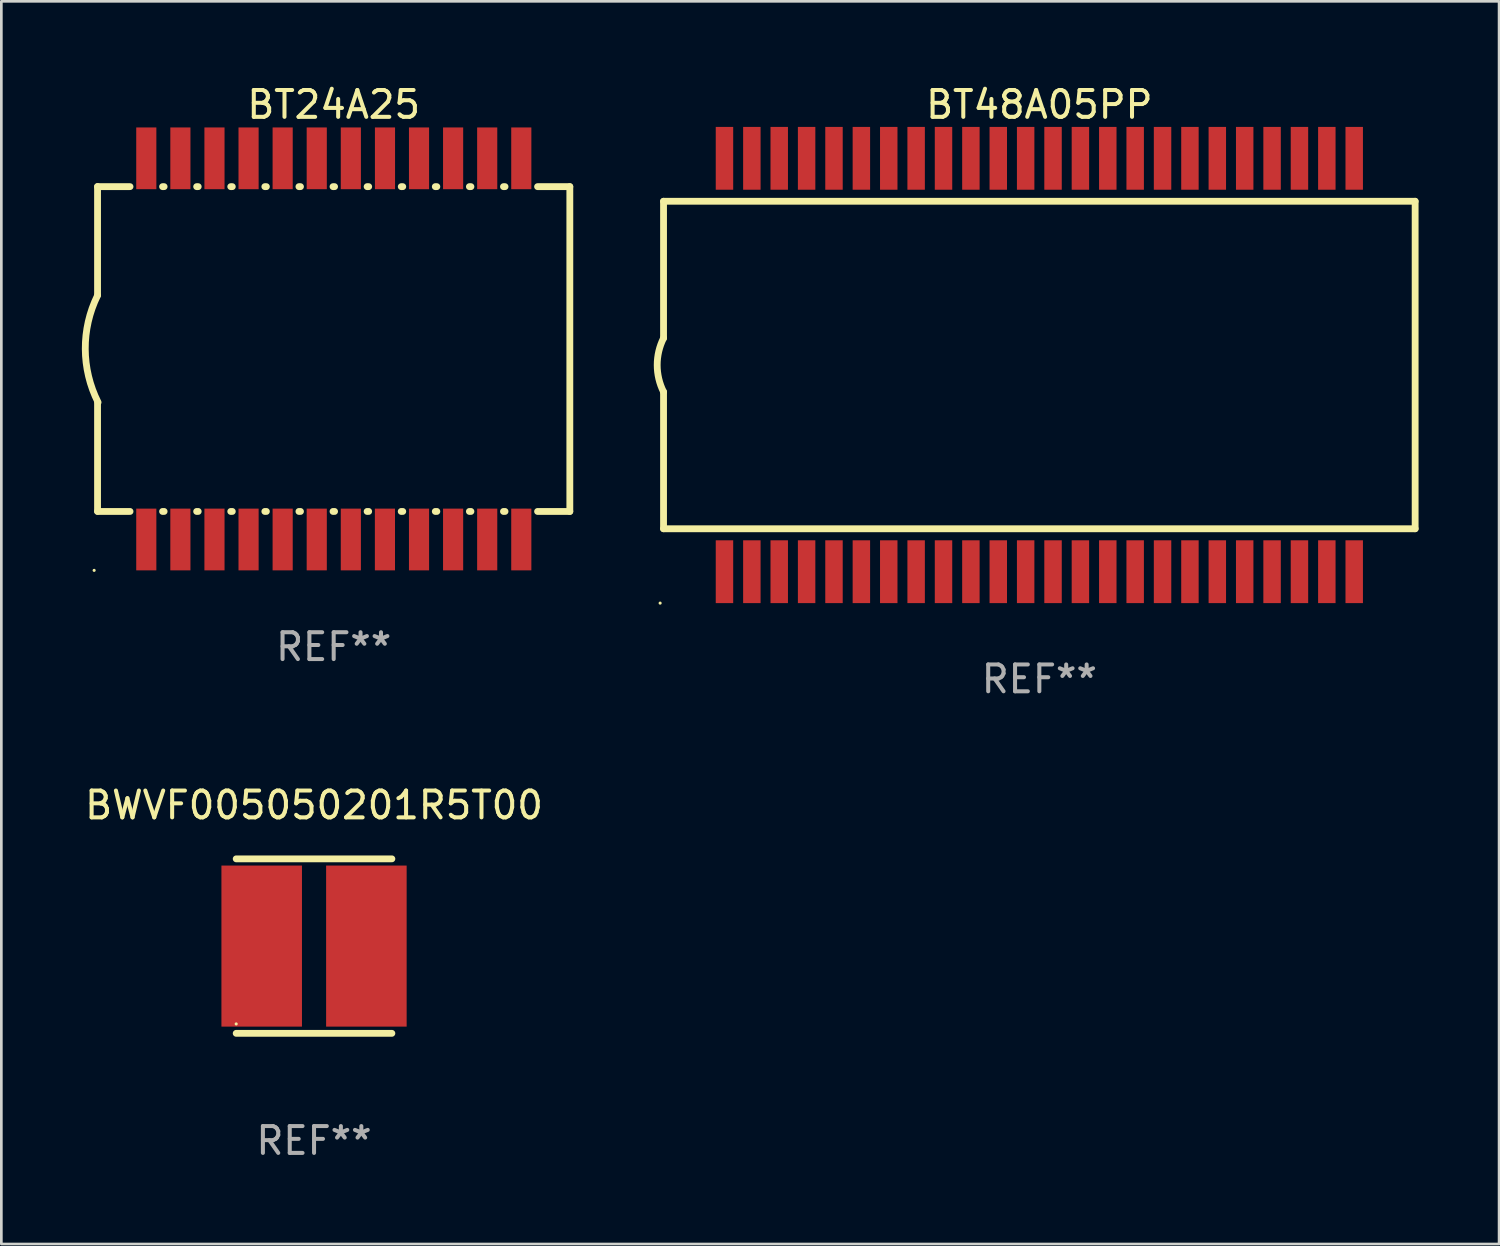
<source format=kicad_pcb>
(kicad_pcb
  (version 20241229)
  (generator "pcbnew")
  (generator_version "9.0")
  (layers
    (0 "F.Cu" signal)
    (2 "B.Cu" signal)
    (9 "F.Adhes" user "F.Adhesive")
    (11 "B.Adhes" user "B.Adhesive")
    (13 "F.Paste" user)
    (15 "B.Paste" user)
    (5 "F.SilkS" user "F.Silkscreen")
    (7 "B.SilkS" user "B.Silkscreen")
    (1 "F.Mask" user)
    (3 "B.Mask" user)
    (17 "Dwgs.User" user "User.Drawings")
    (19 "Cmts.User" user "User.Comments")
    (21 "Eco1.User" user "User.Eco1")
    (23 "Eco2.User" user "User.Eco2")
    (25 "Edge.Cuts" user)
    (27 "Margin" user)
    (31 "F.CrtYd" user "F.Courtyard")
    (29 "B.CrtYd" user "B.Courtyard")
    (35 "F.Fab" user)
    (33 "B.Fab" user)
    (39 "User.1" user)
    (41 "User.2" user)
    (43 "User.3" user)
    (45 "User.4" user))
  (footprint "BT24A25"
    (layer "F.Cu")
    (at 9.381 9.948)
    (property "Reference" "BT24A25" (at 0 -9.1 0) (layer "F.SilkS") (effects (font (size 1 1) (thickness 0.15))))
    (attr through_hole)
    (fp_line (start -8.797 -6.05) (end -8.797 -2) (stroke (width 0.254) (type solid)) (layer "F.SilkS"))
    (fp_line (start -8.797 6.05) (end -8.797 2) (stroke (width 0.254) (type solid)) (layer "F.SilkS"))
    (fp_line (start -7.587 -6.045) (end -8.797 -6.045) (stroke (width 0.254) (type solid)) (layer "F.SilkS"))
    (fp_line (start -7.587 6.055) (end -8.797 6.055) (stroke (width 0.254) (type solid)) (layer "F.SilkS"))
    (fp_line (start -6.317 -6.045) (end -6.375 -6.045) (stroke (width 0.254) (type solid)) (layer "F.SilkS"))
    (fp_line (start -6.317 6.055) (end -6.375 6.055) (stroke (width 0.254) (type solid)) (layer "F.SilkS"))
    (fp_line (start -5.047 -6.045) (end -5.105 -6.045) (stroke (width 0.254) (type solid)) (layer "F.SilkS"))
    (fp_line (start -5.047 6.055) (end -5.105 6.055) (stroke (width 0.254) (type solid)) (layer "F.SilkS"))
    (fp_line (start -3.777 -6.045) (end -3.835 -6.045) (stroke (width 0.254) (type solid)) (layer "F.SilkS"))
    (fp_line (start -3.777 6.055) (end -3.835 6.055) (stroke (width 0.254) (type solid)) (layer "F.SilkS"))
    (fp_line (start -2.507 -6.045) (end -2.565 -6.045) (stroke (width 0.254) (type solid)) (layer "F.SilkS"))
    (fp_line (start -2.507 6.055) (end -2.565 6.055) (stroke (width 0.254) (type solid)) (layer "F.SilkS"))
    (fp_line (start -1.237 -6.045) (end -1.295 -6.045) (stroke (width 0.254) (type solid)) (layer "F.SilkS"))
    (fp_line (start -1.237 6.055) (end -1.295 6.055) (stroke (width 0.254) (type solid)) (layer "F.SilkS"))
    (fp_line (start 0.033 -6.045) (end -0.025 -6.045) (stroke (width 0.254) (type solid)) (layer "F.SilkS"))
    (fp_line (start 0.033 6.055) (end -0.025 6.055) (stroke (width 0.254) (type solid)) (layer "F.SilkS"))
    (fp_line (start 1.303 6.055) (end 1.245 6.055) (stroke (width 0.254) (type solid)) (layer "F.SilkS"))
    (fp_line (start 1.304 -6.045) (end 1.245 -6.045) (stroke (width 0.254) (type solid)) (layer "F.SilkS"))
    (fp_line (start 2.573 -6.045) (end 2.517 -6.045) (stroke (width 0.254) (type solid)) (layer "F.SilkS"))
    (fp_line (start 2.573 6.055) (end 2.515 6.055) (stroke (width 0.254) (type solid)) (layer "F.SilkS"))
    (fp_line (start 3.843 -6.045) (end 3.785 -6.045) (stroke (width 0.254) (type solid)) (layer "F.SilkS"))
    (fp_line (start 3.843 6.055) (end 3.785 6.055) (stroke (width 0.254) (type solid)) (layer "F.SilkS"))
    (fp_line (start 5.113 -6.045) (end 5.055 -6.045) (stroke (width 0.254) (type solid)) (layer "F.SilkS"))
    (fp_line (start 5.113 6.055) (end 5.055 6.055) (stroke (width 0.254) (type solid)) (layer "F.SilkS"))
    (fp_line (start 6.383 -6.045) (end 6.325 -6.045) (stroke (width 0.254) (type solid)) (layer "F.SilkS"))
    (fp_line (start 6.383 6.055) (end 6.325 6.055) (stroke (width 0.254) (type solid)) (layer "F.SilkS"))
    (fp_line (start 8.797 -6.045) (end 7.595 -6.045) (stroke (width 0.254) (type solid)) (layer "F.SilkS"))
    (fp_line (start 8.797 -6.045) (end 8.797 6.055) (stroke (width 0.254) (type solid)) (layer "F.SilkS"))
    (fp_line (start 8.797 6.055) (end 7.595 6.055) (stroke (width 0.254) (type solid)) (layer "F.SilkS"))
    (fp_arc (start -8.77747 1.989992) (mid -9.254074 0.002344) (end -8.79746 -1.989992) (stroke (width 0.254001) (type solid)) (layer "F.SilkS"))
    (fp_circle (center -8.924 8.25) (end -8.894 8.25) (stroke (width 0.06) (type solid)) (fill no) (layer "F.SilkS"))
    (fp_text user "REF**" (at 0 11.1 0) (layer "F.Fab") (effects (font (size 1 1) (thickness 0.15))))
    (pad "1" smd rect (at -6.981 7.1 90) (size 2.3 0.75) (layers "F.Cu" "F.Mask" "F.Paste"))
    (pad "2" smd rect (at -5.711 7.1 270) (size 2.3 0.75) (layers "F.Cu" "F.Mask" "F.Paste"))
    (pad "3" smd rect (at -4.441 7.1 270) (size 2.3 0.75) (layers "F.Cu" "F.Mask" "F.Paste"))
    (pad "4" smd rect (at -3.171 7.1 270) (size 2.3 0.75) (layers "F.Cu" "F.Mask" "F.Paste"))
    (pad "5" smd rect (at -1.901 7.1 270) (size 2.3 0.75) (layers "F.Cu" "F.Mask" "F.Paste"))
    (pad "6" smd rect (at -0.631 7.1 270) (size 2.3 0.75) (layers "F.Cu" "F.Mask" "F.Paste"))
    (pad "7" smd rect (at 0.639 7.1 270) (size 2.3 0.75) (layers "F.Cu" "F.Mask" "F.Paste"))
    (pad "8" smd rect (at 1.909 7.1 270) (size 2.3 0.75) (layers "F.Cu" "F.Mask" "F.Paste"))
    (pad "9" smd rect (at 3.179 7.1 270) (size 2.3 0.75) (layers "F.Cu" "F.Mask" "F.Paste"))
    (pad "10" smd rect (at 4.449 7.1 270) (size 2.3 0.75) (layers "F.Cu" "F.Mask" "F.Paste"))
    (pad "11" smd rect (at 5.719 7.1 270) (size 2.3 0.75) (layers "F.Cu" "F.Mask" "F.Paste"))
    (pad "12" smd rect (at 6.989 7.1 270) (size 2.3 0.75) (layers "F.Cu" "F.Mask" "F.Paste"))
    (pad "13" smd rect (at 6.989 -7.1 270) (size 2.3 0.75) (layers "F.Cu" "F.Mask" "F.Paste"))
    (pad "14" smd rect (at 5.719 -7.1 270) (size 2.3 0.75) (layers "F.Cu" "F.Mask" "F.Paste"))
    (pad "15" smd rect (at 4.449 -7.1 270) (size 2.3 0.75) (layers "F.Cu" "F.Mask" "F.Paste"))
    (pad "16" smd rect (at 3.179 -7.1 270) (size 2.3 0.75) (layers "F.Cu" "F.Mask" "F.Paste"))
    (pad "17" smd rect (at 1.911 -7.1 270) (size 2.3 0.75) (layers "F.Cu" "F.Mask" "F.Paste"))
    (pad "18" smd rect (at 0.639 -7.1 270) (size 2.3 0.75) (layers "F.Cu" "F.Mask" "F.Paste"))
    (pad "19" smd rect (at -0.631 -7.1 270) (size 2.3 0.75) (layers "F.Cu" "F.Mask" "F.Paste"))
    (pad "20" smd rect (at -1.901 -7.1 270) (size 2.3 0.75) (layers "F.Cu" "F.Mask" "F.Paste"))
    (pad "21" smd rect (at -3.171 -7.1 270) (size 2.3 0.75) (layers "F.Cu" "F.Mask" "F.Paste"))
    (pad "22" smd rect (at -4.441 -7.1 270) (size 2.3 0.75) (layers "F.Cu" "F.Mask" "F.Paste"))
    (pad "23" smd rect (at -5.711 -7.1 270) (size 2.3 0.75) (layers "F.Cu" "F.Mask" "F.Paste"))
    (pad "24" smd rect (at -6.981 -7.1 270) (size 2.3 0.75) (layers "F.Cu" "F.Mask" "F.Paste")))
  (footprint "BT48A05PP"
    (layer "F.Cu")
    (at 35.669 10.548)
    (property "Reference" "BT48A05PP" (at 0 -9.7 0) (layer "F.SilkS") (effects (font (size 1 1) (thickness 0.15))))
    (attr through_hole)
    (fp_line (start -14 -6.1) (end 14 -6.1) (stroke (width 0.254) (type solid)) (layer "F.SilkS"))
    (fp_line (start -14 -1) (end -14 -6.1) (stroke (width 0.254) (type solid)) (layer "F.SilkS"))
    (fp_line (start -14 6.1) (end -14 1) (stroke (width 0.254) (type solid)) (layer "F.SilkS"))
    (fp_line (start -14 6.1) (end 14 6.1) (stroke (width 0.254) (type solid)) (layer "F.SilkS"))
    (fp_line (start 14 6.1) (end 14 -6.1) (stroke (width 0.254) (type solid)) (layer "F.SilkS"))
    (fp_arc (start -13.999936 0.999949) (mid -14.236004 -0.000051) (end -13.999936 -1.000051) (stroke (width 0.254001) (type solid)) (layer "F.SilkS"))
    (fp_circle (center -14.127 8.87) (end -14.097 8.87) (stroke (width 0.06) (type solid)) (fill no) (layer "F.SilkS"))
    (fp_text user "REF**" (at 0 11.7 0) (layer "F.Fab") (effects (font (size 1 1) (thickness 0.15))))
    (pad "1" smd rect (at -11.73 7.7 90) (size 2.34 0.65) (layers "F.Cu" "F.Mask" "F.Paste"))
    (pad "2" smd rect (at -10.71 7.7 90) (size 2.34 0.65) (layers "F.Cu" "F.Mask" "F.Paste"))
    (pad "3" smd rect (at -9.69 7.7 90) (size 2.34 0.65) (layers "F.Cu" "F.Mask" "F.Paste"))
    (pad "4" smd rect (at -8.67 7.7 90) (size 2.34 0.65) (layers "F.Cu" "F.Mask" "F.Paste"))
    (pad "5" smd rect (at -7.65 7.7 90) (size 2.34 0.65) (layers "F.Cu" "F.Mask" "F.Paste"))
    (pad "6" smd rect (at -6.63 7.7 90) (size 2.34 0.65) (layers "F.Cu" "F.Mask" "F.Paste"))
    (pad "7" smd rect (at -5.61 7.7 90) (size 2.34 0.65) (layers "F.Cu" "F.Mask" "F.Paste"))
    (pad "8" smd rect (at -4.59 7.7 90) (size 2.34 0.65) (layers "F.Cu" "F.Mask" "F.Paste"))
    (pad "9" smd rect (at -3.57 7.7 90) (size 2.34 0.65) (layers "F.Cu" "F.Mask" "F.Paste"))
    (pad "10" smd rect (at -2.55 7.7 90) (size 2.34 0.65) (layers "F.Cu" "F.Mask" "F.Paste"))
    (pad "11" smd rect (at -1.53 7.7 90) (size 2.34 0.65) (layers "F.Cu" "F.Mask" "F.Paste"))
    (pad "12" smd rect (at -0.51 7.7 90) (size 2.34 0.65) (layers "F.Cu" "F.Mask" "F.Paste"))
    (pad "13" smd rect (at 0.51 7.7 90) (size 2.34 0.65) (layers "F.Cu" "F.Mask" "F.Paste"))
    (pad "14" smd rect (at 1.53 7.7 90) (size 2.34 0.65) (layers "F.Cu" "F.Mask" "F.Paste"))
    (pad "15" smd rect (at 2.55 7.7 90) (size 2.34 0.65) (layers "F.Cu" "F.Mask" "F.Paste"))
    (pad "16" smd rect (at 3.57 7.7 90) (size 2.34 0.65) (layers "F.Cu" "F.Mask" "F.Paste"))
    (pad "17" smd rect (at 4.59 7.7 90) (size 2.34 0.65) (layers "F.Cu" "F.Mask" "F.Paste"))
    (pad "18" smd rect (at 5.61 7.7 90) (size 2.34 0.65) (layers "F.Cu" "F.Mask" "F.Paste"))
    (pad "19" smd rect (at 6.63 7.7 90) (size 2.34 0.65) (layers "F.Cu" "F.Mask" "F.Paste"))
    (pad "20" smd rect (at 7.65 7.7 90) (size 2.34 0.65) (layers "F.Cu" "F.Mask" "F.Paste"))
    (pad "21" smd rect (at 8.67 7.7 90) (size 2.34 0.65) (layers "F.Cu" "F.Mask" "F.Paste"))
    (pad "22" smd rect (at 9.69 7.7 90) (size 2.34 0.65) (layers "F.Cu" "F.Mask" "F.Paste"))
    (pad "23" smd rect (at 10.71 7.7 90) (size 2.34 0.65) (layers "F.Cu" "F.Mask" "F.Paste"))
    (pad "24" smd rect (at 11.73 7.7 90) (size 2.34 0.65) (layers "F.Cu" "F.Mask" "F.Paste"))
    (pad "25" smd rect (at 11.73 -7.7 90) (size 2.34 0.65) (layers "F.Cu" "F.Mask" "F.Paste"))
    (pad "26" smd rect (at 10.71 -7.7 90) (size 2.34 0.65) (layers "F.Cu" "F.Mask" "F.Paste"))
    (pad "27" smd rect (at 9.69 -7.7 90) (size 2.34 0.65) (layers "F.Cu" "F.Mask" "F.Paste"))
    (pad "28" smd rect (at 8.67 -7.7 90) (size 2.34 0.65) (layers "F.Cu" "F.Mask" "F.Paste"))
    (pad "29" smd rect (at 7.65 -7.7 90) (size 2.34 0.65) (layers "F.Cu" "F.Mask" "F.Paste"))
    (pad "30" smd rect (at 6.63 -7.7 90) (size 2.34 0.65) (layers "F.Cu" "F.Mask" "F.Paste"))
    (pad "31" smd rect (at 5.61 -7.7 90) (size 2.34 0.65) (layers "F.Cu" "F.Mask" "F.Paste"))
    (pad "32" smd rect (at 4.59 -7.7 90) (size 2.34 0.65) (layers "F.Cu" "F.Mask" "F.Paste"))
    (pad "33" smd rect (at 3.57 -7.7 90) (size 2.34 0.65) (layers "F.Cu" "F.Mask" "F.Paste"))
    (pad "34" smd rect (at 2.55 -7.7 90) (size 2.34 0.65) (layers "F.Cu" "F.Mask" "F.Paste"))
    (pad "35" smd rect (at 1.53 -7.7 90) (size 2.34 0.65) (layers "F.Cu" "F.Mask" "F.Paste"))
    (pad "36" smd rect (at 0.51 -7.7 90) (size 2.34 0.65) (layers "F.Cu" "F.Mask" "F.Paste"))
    (pad "37" smd rect (at -0.51 -7.7 90) (size 2.34 0.65) (layers "F.Cu" "F.Mask" "F.Paste"))
    (pad "38" smd rect (at -1.53 -7.7 90) (size 2.34 0.65) (layers "F.Cu" "F.Mask" "F.Paste"))
    (pad "39" smd rect (at -2.55 -7.7 90) (size 2.34 0.65) (layers "F.Cu" "F.Mask" "F.Paste"))
    (pad "40" smd rect (at -3.57 -7.7 90) (size 2.34 0.65) (layers "F.Cu" "F.Mask" "F.Paste"))
    (pad "41" smd rect (at -4.59 -7.7 90) (size 2.34 0.65) (layers "F.Cu" "F.Mask" "F.Paste"))
    (pad "42" smd rect (at -5.61 -7.7 90) (size 2.34 0.65) (layers "F.Cu" "F.Mask" "F.Paste"))
    (pad "43" smd rect (at -6.63 -7.7 90) (size 2.34 0.65) (layers "F.Cu" "F.Mask" "F.Paste"))
    (pad "44" smd rect (at -7.65 -7.7 90) (size 2.34 0.65) (layers "F.Cu" "F.Mask" "F.Paste"))
    (pad "45" smd rect (at -8.67 -7.7 90) (size 2.34 0.65) (layers "F.Cu" "F.Mask" "F.Paste"))
    (pad "46" smd rect (at -9.69 -7.7 90) (size 2.34 0.65) (layers "F.Cu" "F.Mask" "F.Paste"))
    (pad "47" smd rect (at -10.71 -7.7 90) (size 2.34 0.65) (layers "F.Cu" "F.Mask" "F.Paste"))
    (pad "48" smd rect (at -11.73 -7.7 90) (size 2.34 0.65) (layers "F.Cu" "F.Mask" "F.Paste")))
  (footprint "BWVF005050201R5T00"
    (layer "F.Cu")
    (at 8.649 32.195)
    (property "Reference" "BWVF005050201R5T00" (at 0 -5.25 0) (layer "F.SilkS") (effects (font (size 1 1) (thickness 0.15))))
    (attr through_hole)
    (fp_line (start -2.9 -3.25) (end 2.9 -3.25) (stroke (width 0.254) (type solid)) (layer "F.SilkS"))
    (fp_line (start -2.9 3.25) (end 2.9 3.25) (stroke (width 0.254) (type solid)) (layer "F.SilkS"))
    (fp_circle (center -2.9 2.9) (end -2.87 2.9) (stroke (width 0.06) (type solid)) (fill no) (layer "F.SilkS"))
    (fp_text user "REF**" (at 0 7.25 0) (layer "F.Fab") (effects (font (size 1 1) (thickness 0.15))))
    (pad "1" smd rect (at -1.95 0 90) (size 6 3) (layers "F.Cu" "F.Mask" "F.Paste"))
    (pad "2" smd rect (at 1.95 0 90) (size 6 3) (layers "F.Cu" "F.Mask" "F.Paste")))
  (gr_rect
    (start -3 -3)
    (end 52.796 43.293)
    (stroke (width 0.1) (type default))
    (fill no)
    (layer "Edge.Cuts")))
</source>
